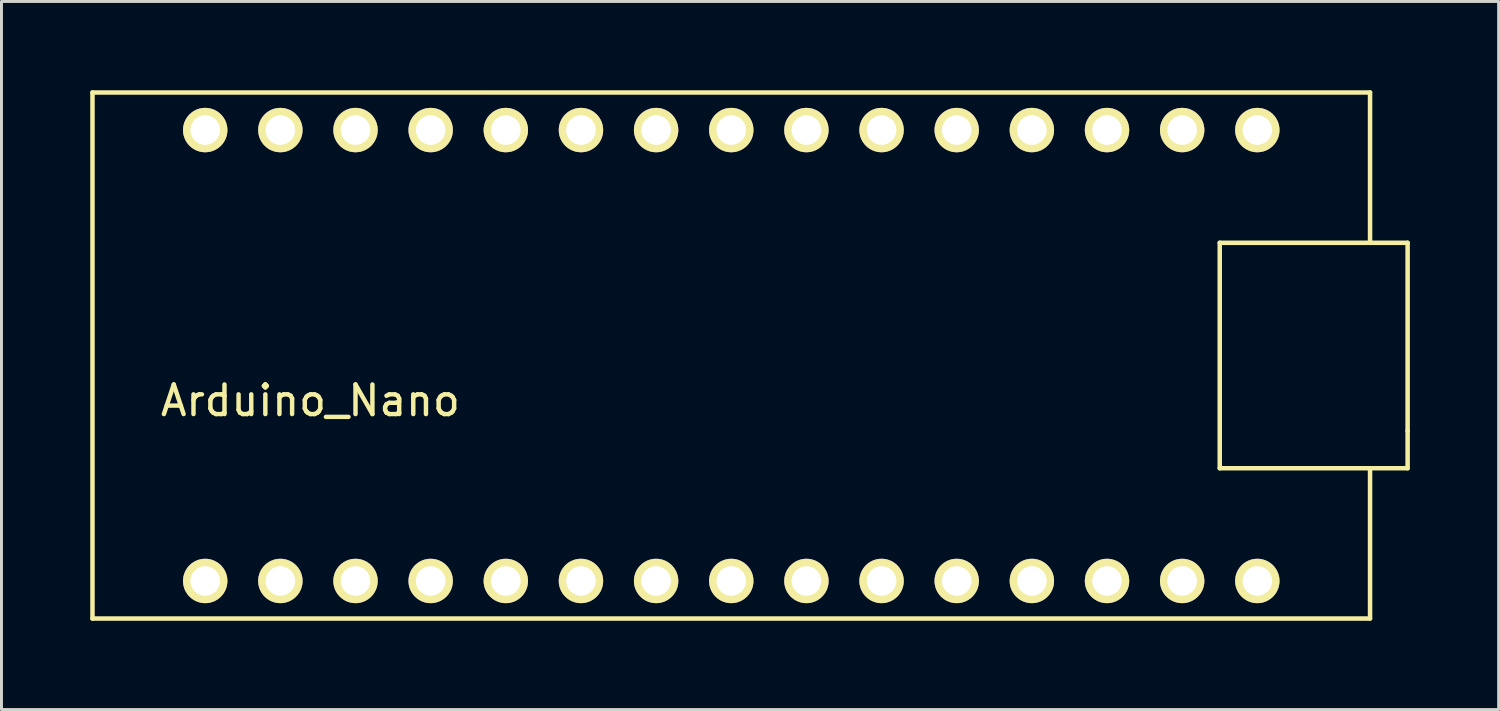
<source format=kicad_pcb>
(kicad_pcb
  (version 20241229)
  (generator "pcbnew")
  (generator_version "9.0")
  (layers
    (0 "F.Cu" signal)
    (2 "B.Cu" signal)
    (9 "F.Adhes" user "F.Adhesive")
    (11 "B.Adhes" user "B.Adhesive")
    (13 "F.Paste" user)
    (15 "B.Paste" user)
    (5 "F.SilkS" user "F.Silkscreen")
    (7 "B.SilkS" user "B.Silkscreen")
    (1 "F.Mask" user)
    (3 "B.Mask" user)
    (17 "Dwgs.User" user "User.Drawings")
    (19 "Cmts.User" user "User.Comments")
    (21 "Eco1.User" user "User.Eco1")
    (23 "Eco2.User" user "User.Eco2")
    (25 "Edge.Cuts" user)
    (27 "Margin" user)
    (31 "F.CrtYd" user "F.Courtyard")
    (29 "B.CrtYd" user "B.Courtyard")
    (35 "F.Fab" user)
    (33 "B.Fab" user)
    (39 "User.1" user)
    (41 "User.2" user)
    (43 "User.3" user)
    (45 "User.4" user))
  (footprint "Arduino_Nano"
    (layer "F.Cu")
    (at 21.666 8.966)
    (property "Reference" "Arduino_Nano" (at -14.224 1.524 0) (layer "F.SilkS") (effects (font (size 1 1) (thickness 0.15))))
    (attr through_hole)
    (fp_line (start -21.59 -8.89) (end -21.59 8.89) (stroke (width 0.152) (type solid)) (layer "F.SilkS"))
    (fp_line (start -21.59 8.89) (end 21.59 8.89) (stroke (width 0.152) (type solid)) (layer "F.SilkS"))
    (fp_line (start 16.51 -3.81) (end 22.86 -3.81) (stroke (width 0.152) (type solid)) (layer "F.SilkS"))
    (fp_line (start 16.51 3.81) (end 16.51 -3.81) (stroke (width 0.152) (type solid)) (layer "F.SilkS"))
    (fp_line (start 21.59 -8.89) (end -21.59 -8.89) (stroke (width 0.152) (type solid)) (layer "F.SilkS"))
    (fp_line (start 21.59 -8.89) (end 21.59 -3.81) (stroke (width 0.152) (type solid)) (layer "F.SilkS"))
    (fp_line (start 21.59 3.81) (end 21.59 8.89) (stroke (width 0.152) (type solid)) (layer "F.SilkS"))
    (fp_line (start 22.86 -3.81) (end 22.86 2.54) (stroke (width 0.152) (type solid)) (layer "F.SilkS"))
    (fp_line (start 22.86 2.54) (end 22.86 3.81) (stroke (width 0.152) (type solid)) (layer "F.SilkS"))
    (fp_line (start 22.86 3.81) (end 16.51 3.81) (stroke (width 0.152) (type solid)) (layer "F.SilkS"))
    (pad "1" thru_hole circle (at -17.78 7.62) (size 1.5 1.5) (drill 1) (layers "*.Cu" "*.Mask" "F.SilkS"))
    (pad "2" thru_hole circle (at -15.24 7.62) (size 1.5 1.5) (drill 1) (layers "*.Cu" "*.Mask" "F.SilkS"))
    (pad "3" thru_hole circle (at -12.7 7.62) (size 1.5 1.5) (drill 1) (layers "*.Cu" "*.Mask" "F.SilkS"))
    (pad "4" thru_hole circle (at -10.16 7.62) (size 1.5 1.5) (drill 1) (layers "*.Cu" "*.Mask" "F.SilkS"))
    (pad "5" thru_hole circle (at -7.62 7.62) (size 1.5 1.5) (drill 1) (layers "*.Cu" "*.Mask" "F.SilkS"))
    (pad "6" thru_hole circle (at -5.08 7.62) (size 1.5 1.5) (drill 1) (layers "*.Cu" "*.Mask" "F.SilkS"))
    (pad "7" thru_hole circle (at -2.54 7.62) (size 1.5 1.5) (drill 1) (layers "*.Cu" "*.Mask" "F.SilkS"))
    (pad "8" thru_hole circle (at 0 7.62) (size 1.5 1.5) (drill 1) (layers "*.Cu" "*.Mask" "F.SilkS"))
    (pad "9" thru_hole circle (at 2.54 7.62) (size 1.5 1.5) (drill 1) (layers "*.Cu" "*.Mask" "F.SilkS"))
    (pad "10" thru_hole circle (at 5.08 7.62) (size 1.5 1.5) (drill 1) (layers "*.Cu" "*.Mask" "F.SilkS"))
    (pad "11" thru_hole circle (at 7.62 7.62) (size 1.5 1.5) (drill 1) (layers "*.Cu" "*.Mask" "F.SilkS"))
    (pad "12" thru_hole circle (at 10.16 7.62) (size 1.5 1.5) (drill 1) (layers "*.Cu" "*.Mask" "F.SilkS"))
    (pad "13" thru_hole circle (at 12.7 7.62) (size 1.5 1.5) (drill 1) (layers "*.Cu" "*.Mask" "F.SilkS"))
    (pad "14" thru_hole circle (at 15.24 7.62) (size 1.5 1.5) (drill 1) (layers "*.Cu" "*.Mask" "F.SilkS"))
    (pad "15" thru_hole circle (at 17.78 7.62) (size 1.5 1.5) (drill 1) (layers "*.Cu" "*.Mask" "F.SilkS"))
    (pad "16" thru_hole circle (at 17.78 -7.62) (size 1.5 1.5) (drill 1) (layers "*.Cu" "*.Mask" "F.SilkS"))
    (pad "17" thru_hole circle (at 15.24 -7.62) (size 1.5 1.5) (drill 1) (layers "*.Cu" "*.Mask" "F.SilkS"))
    (pad "18" thru_hole circle (at 12.7 -7.62) (size 1.5 1.5) (drill 1) (layers "*.Cu" "*.Mask" "F.SilkS"))
    (pad "19" thru_hole circle (at 10.16 -7.62) (size 1.5 1.5) (drill 1) (layers "*.Cu" "*.Mask" "F.SilkS"))
    (pad "20" thru_hole circle (at 7.62 -7.62) (size 1.5 1.5) (drill 1) (layers "*.Cu" "*.Mask" "F.SilkS"))
    (pad "21" thru_hole circle (at 5.08 -7.62) (size 1.5 1.5) (drill 1) (layers "*.Cu" "*.Mask" "F.SilkS"))
    (pad "22" thru_hole circle (at 2.54 -7.62) (size 1.5 1.5) (drill 1) (layers "*.Cu" "*.Mask" "F.SilkS"))
    (pad "23" thru_hole circle (at 0 -7.62) (size 1.5 1.5) (drill 1) (layers "*.Cu" "*.Mask" "F.SilkS"))
    (pad "24" thru_hole circle (at -2.54 -7.62) (size 1.5 1.5) (drill 1) (layers "*.Cu" "*.Mask" "F.SilkS"))
    (pad "25" thru_hole circle (at -5.08 -7.62) (size 1.5 1.5) (drill 1) (layers "*.Cu" "*.Mask" "F.SilkS"))
    (pad "26" thru_hole circle (at -7.62 -7.62) (size 1.5 1.5) (drill 1) (layers "*.Cu" "*.Mask" "F.SilkS"))
    (pad "27" thru_hole circle (at -10.16 -7.62) (size 1.5 1.5) (drill 1) (layers "*.Cu" "*.Mask" "F.SilkS"))
    (pad "28" thru_hole circle (at -12.7 -7.62) (size 1.5 1.5) (drill 1) (layers "*.Cu" "*.Mask" "F.SilkS"))
    (pad "29" thru_hole circle (at -15.24 -7.62) (size 1.5 1.5) (drill 1) (layers "*.Cu" "*.Mask" "F.SilkS"))
    (pad "30" thru_hole circle (at -17.78 -7.62) (size 1.5 1.5) (drill 1) (layers "*.Cu" "*.Mask" "F.SilkS")))
  (gr_rect
    (start -3 -3)
    (end 47.602 20.932)
    (stroke (width 0.1) (type default))
    (fill no)
    (layer "Edge.Cuts")))
</source>
